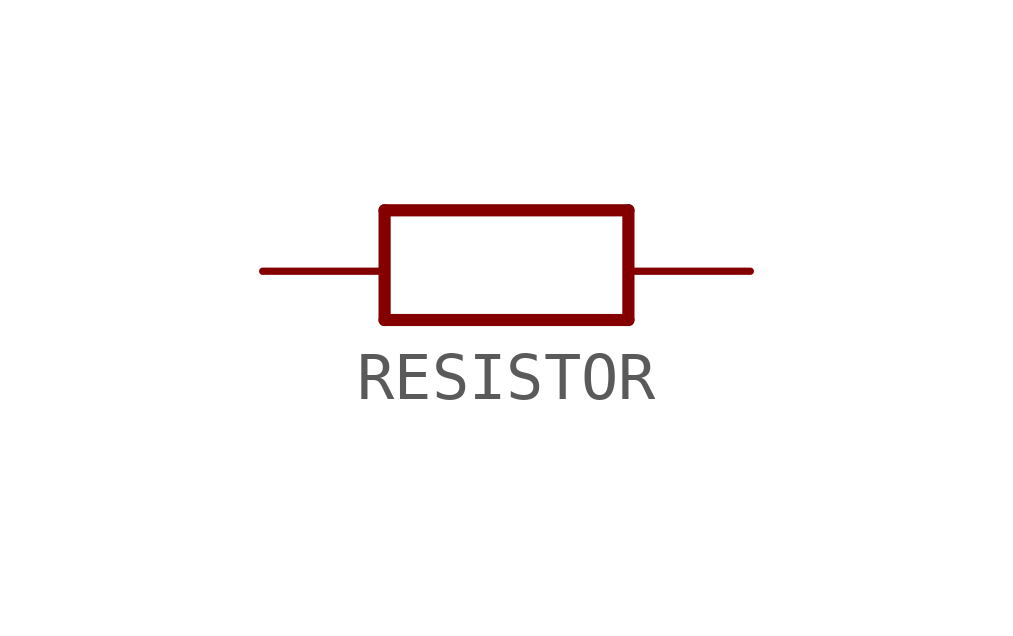
<source format=kicad_sym>
(kicad_symbol_lib
  (version 20231120)
  (generator "kicad_symbol_editor")
  (generator_version "8.0")
  (symbol "RESISTOR"
    (property "Reference" ""
      (at 4.064 1.905 0)
      (effects (font (size 1.27 1.079)) (justify left bottom) (hide yes)))
    (property "Value" ""
      (at 4.064 -0.381 0)
      (effects (font (size 1.27 1.079)) (justify left bottom)))
    (property "ki_locked" ""
      (at 0 0 0)
      (effects (font (size 1.27 1.27))))
    (symbol "RESISTOR_1_0"
      (polyline (pts (xy 2.54 -1.016) (xy 7.62 -1.016)) (stroke (width 0.254) (type solid)) (fill (type none)))
      (polyline (pts (xy 2.54 1.27) (xy 2.54 -1.016)) (stroke (width 0.254) (type solid)) (fill (type none)))
      (polyline (pts (xy 7.62 -1.016) (xy 7.62 1.27)) (stroke (width 0.254) (type solid)) (fill (type none)))
      (polyline (pts (xy 7.62 1.27) (xy 2.54 1.27)) (stroke (width 0.254) (type solid)) (fill (type none)))
      (pin bidirectional line (at 0 0 0) (length 2.54) (name "P$1" (effects (font (size 0 0)))) (number "P$1" (effects (font (size 0 0)))))
      (pin bidirectional line (at 10.16 0 180) (length 2.54) (name "P$2" (effects (font (size 0 0)))) (number "P$2" (effects (font (size 0 0))))))))
</source>
